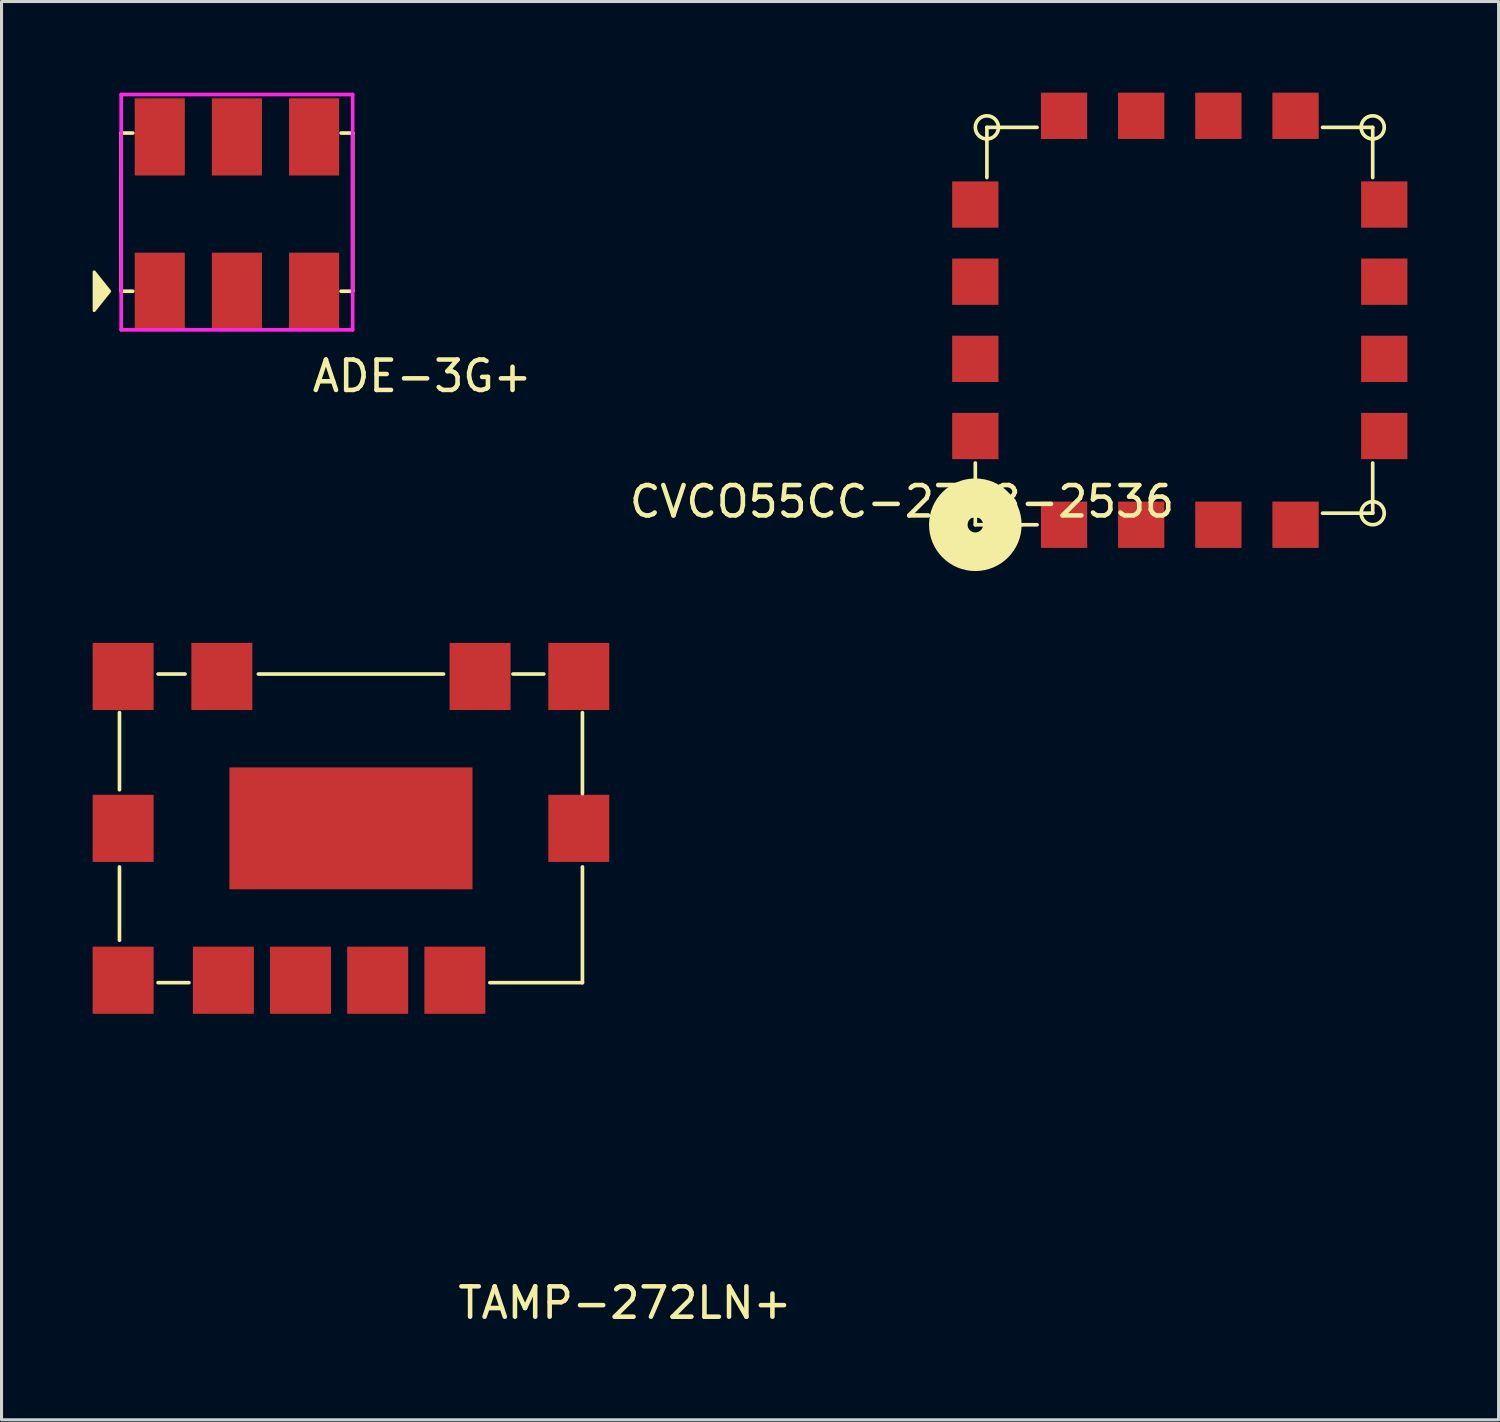
<source format=kicad_pcb>
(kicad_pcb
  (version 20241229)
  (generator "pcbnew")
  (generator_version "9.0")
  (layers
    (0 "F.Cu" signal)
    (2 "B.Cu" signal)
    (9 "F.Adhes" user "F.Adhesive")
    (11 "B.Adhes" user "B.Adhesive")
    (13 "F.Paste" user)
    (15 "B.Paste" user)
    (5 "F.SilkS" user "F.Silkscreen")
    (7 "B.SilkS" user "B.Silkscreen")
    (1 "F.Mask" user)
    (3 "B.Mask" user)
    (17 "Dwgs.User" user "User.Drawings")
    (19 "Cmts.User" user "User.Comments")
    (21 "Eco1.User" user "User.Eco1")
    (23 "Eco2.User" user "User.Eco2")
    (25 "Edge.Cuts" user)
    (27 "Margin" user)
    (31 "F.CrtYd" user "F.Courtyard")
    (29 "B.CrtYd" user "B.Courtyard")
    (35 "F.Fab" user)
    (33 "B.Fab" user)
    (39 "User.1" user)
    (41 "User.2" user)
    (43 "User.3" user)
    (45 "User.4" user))
  (footprint "TAMP-272LN+"
    (layer "F.Cu")
    (at 8.503 24.218)
    (property "Reference" "TAMP-272LN+" (at 9.017 15.621 0) (layer "F.SilkS") (effects (font (size 1 1) (thickness 0.15))))
    (attr through_hole)
    (fp_line (start -7.62 -1.27) (end -7.62 -3.81) (stroke (width 0.12) (type solid)) (layer "F.SilkS"))
    (fp_line (start -7.62 3.683) (end -7.62 1.27) (stroke (width 0.12) (type solid)) (layer "F.SilkS"))
    (fp_line (start -6.35 -5.08) (end -5.461 -5.08) (stroke (width 0.12) (type solid)) (layer "F.SilkS"))
    (fp_line (start -5.334 5.08) (end -6.35 5.08) (stroke (width 0.12) (type solid)) (layer "F.SilkS"))
    (fp_line (start -3.048 -5.08) (end 3.048 -5.08) (stroke (width 0.12) (type solid)) (layer "F.SilkS"))
    (fp_line (start 5.334 -5.08) (end 6.35 -5.08) (stroke (width 0.12) (type solid)) (layer "F.SilkS"))
    (fp_line (start 7.62 -1.143) (end 7.62 -3.81) (stroke (width 0.12) (type solid)) (layer "F.SilkS"))
    (fp_line (start 7.62 1.27) (end 7.62 5.08) (stroke (width 0.12) (type solid)) (layer "F.SilkS"))
    (fp_line (start 7.62 5.08) (end 4.572 5.08) (stroke (width 0.12) (type solid)) (layer "F.SilkS"))
    (pad "1" smd rect (at -7.5 -5) (size 2.007 2.21) (layers "F.Cu" "F.Mask" "F.Paste"))
    (pad "1" smd rect (at -7.5 5) (size 2.007 2.21) (layers "F.Cu" "F.Mask" "F.Paste"))
    (pad "1" smd rect (at -4.25 -5) (size 2.007 2.21) (layers "F.Cu" "F.Mask" "F.Paste"))
    (pad "1" smd rect (at -4.2 5) (size 2.007 2.21) (layers "F.Cu" "F.Mask" "F.Paste"))
    (pad "1" smd rect (at -1.66 5) (size 2.007 2.21) (layers "F.Cu" "F.Mask" "F.Paste"))
    (pad "1" smd rect (at 0 0) (size 8.001 4.013) (layers "F.Cu" "F.Mask" "F.Paste"))
    (pad "1" smd rect (at 0.88 5) (size 2.007 2.21) (layers "F.Cu" "F.Mask" "F.Paste"))
    (pad "1" smd rect (at 3.42 5) (size 2.007 2.21) (layers "F.Cu" "F.Mask" "F.Paste"))
    (pad "1" smd rect (at 7.5 -5) (size 2.007 2.21) (layers "F.Cu" "F.Mask" "F.Paste"))
    (pad "5" smd rect (at 7.5 0) (size 2.007 2.21) (layers "F.Cu" "F.Mask" "F.Paste"))
    (pad "7" smd rect (at 4.25 -5) (size 2.007 2.21) (layers "F.Cu" "F.Mask" "F.Paste"))
    (pad "10" smd rect (at -7.5 0) (size 2.007 2.21) (layers "F.Cu" "F.Mask" "F.Paste")))
  (footprint "ADE-3G+"
    (layer "F.Cu")
    (at 4.749 3.997)
    (property "Reference" "ADE-3G+" (at 6.096 5.334 0) (layer "F.SilkS") (effects (font (size 1 1) (thickness 0.15))))
    (attr through_hole)
    (fp_line (start -3.81 -2.667) (end -3.81 2.54) (stroke (width 0.12) (type solid)) (layer "F.SilkS"))
    (fp_line (start -3.81 -2.667) (end -3.429 -2.667) (stroke (width 0.12) (type solid)) (layer "F.SilkS"))
    (fp_line (start -3.81 2.54) (end -3.429 2.54) (stroke (width 0.12) (type solid)) (layer "F.SilkS"))
    (fp_line (start 3.429 -2.667) (end 3.81 -2.667) (stroke (width 0.12) (type solid)) (layer "F.SilkS"))
    (fp_line (start 3.81 -2.667) (end 3.81 2.54) (stroke (width 0.12) (type solid)) (layer "F.SilkS"))
    (fp_line (start 3.81 2.54) (end 3.429 2.54) (stroke (width 0.12) (type solid)) (layer "F.SilkS"))
    (fp_poly (pts (xy -4.191 2.54) (xy -4.699 3.175) (xy -4.699 1.905)) (stroke (width 0.1) (type solid)) (fill yes) (layer "F.SilkS"))
    (fp_line (start -3.81 -3.937) (end 3.81 -3.937) (stroke (width 0.12) (type solid)) (layer "F.CrtYd"))
    (fp_line (start -3.81 3.81) (end -3.81 -3.937) (stroke (width 0.12) (type solid)) (layer "F.CrtYd"))
    (fp_line (start 3.81 -3.937) (end 3.81 3.81) (stroke (width 0.12) (type solid)) (layer "F.CrtYd"))
    (fp_line (start 3.81 3.81) (end -3.81 3.81) (stroke (width 0.12) (type solid)) (layer "F.CrtYd"))
    (pad "1" smd rect (at -2.54 2.54) (size 1.65 2.54) (layers "F.Cu" "F.Mask" "F.Paste"))
    (pad "1" smd rect (at 0 -2.54) (size 1.65 2.54) (layers "F.Cu" "F.Mask" "F.Paste"))
    (pad "1" smd rect (at 2.54 -2.54) (size 1.65 2.54) (layers "F.Cu" "F.Mask" "F.Paste"))
    (pad "2" smd rect (at 0 2.54) (size 1.65 2.54) (layers "F.Cu" "F.Mask" "F.Paste"))
    (pad "3" smd rect (at 2.54 2.54) (size 1.65 2.54) (layers "F.Cu" "F.Mask" "F.Paste"))
    (pad "6" smd rect (at -2.54 -2.54) (size 1.65 2.54) (layers "F.Cu" "F.Mask" "F.Paste")))
  (footprint "CVCO55CC-2328-2536"
    (layer "F.Cu")
    (at 35.787 7.493)
    (property "Reference" "CVCO55CC-2328-2536" (at -9.144 5.969 0) (layer "F.SilkS") (effects (font (size 1 1) (thickness 0.15))))
    (attr through_hole)
    (fp_line (start -6.731 6.731) (end -6.731 4.699) (stroke (width 0.12) (type solid)) (layer "F.SilkS"))
    (fp_line (start -6.35 -6.35) (end -6.35 -4.699) (stroke (width 0.12) (type solid)) (layer "F.SilkS"))
    (fp_line (start -6.35 -6.35) (end -4.699 -6.35) (stroke (width 0.12) (type solid)) (layer "F.SilkS"))
    (fp_line (start -5.207 6.731) (end -6.731 6.731) (stroke (width 0.12) (type solid)) (layer "F.SilkS"))
    (fp_line (start -5.207 6.731) (end -4.699 6.731) (stroke (width 0.12) (type solid)) (layer "F.SilkS"))
    (fp_line (start 6.35 -6.35) (end 4.699 -6.35) (stroke (width 0.12) (type solid)) (layer "F.SilkS"))
    (fp_line (start 6.35 -4.699) (end 6.35 -6.35) (stroke (width 0.12) (type solid)) (layer "F.SilkS"))
    (fp_line (start 6.35 6.35) (end 4.699 6.35) (stroke (width 0.12) (type solid)) (layer "F.SilkS"))
    (fp_line (start 6.35 6.35) (end 6.35 4.699) (stroke (width 0.12) (type solid)) (layer "F.SilkS"))
    (fp_circle (center -6.731 6.731) (end -6.477 6.731) (stroke (width 1.27) (type solid)) (fill no) (layer "F.SilkS"))
    (fp_circle (center -6.35 -6.35) (end -6.731 -6.35) (stroke (width 0.12) (type solid)) (fill no) (layer "F.SilkS"))
    (fp_circle (center 6.35 -6.35) (end 6.731 -6.35) (stroke (width 0.12) (type solid)) (fill no) (layer "F.SilkS"))
    (fp_circle (center 6.35 6.35) (end 6.731 6.35) (stroke (width 0.12) (type solid)) (fill no) (layer "F.SilkS"))
    (pad "1" smd rect (at -6.731 -3.81) (size 1.524 1.524) (layers "F.Cu" "F.Mask" "F.Paste"))
    (pad "1" smd rect (at -6.731 1.27) (size 1.524 1.524) (layers "F.Cu" "F.Mask" "F.Paste"))
    (pad "1" smd rect (at -6.731 3.81) (size 1.524 1.524) (layers "F.Cu" "F.Mask" "F.Paste"))
    (pad "1" smd rect (at -3.81 -6.731) (size 1.524 1.524) (layers "F.Cu" "F.Mask" "F.Paste"))
    (pad "1" smd rect (at -3.81 6.731) (size 1.524 1.524) (layers "F.Cu" "F.Mask" "F.Paste"))
    (pad "1" smd rect (at -1.27 -6.731) (size 1.524 1.524) (layers "F.Cu" "F.Mask" "F.Paste"))
    (pad "1" smd rect (at 1.27 6.731) (size 1.524 1.524) (layers "F.Cu" "F.Mask" "F.Paste"))
    (pad "1" smd rect (at 3.81 -6.731) (size 1.524 1.524) (layers "F.Cu" "F.Mask" "F.Paste"))
    (pad "1" smd rect (at 3.81 6.731) (size 1.524 1.524) (layers "F.Cu" "F.Mask" "F.Paste"))
    (pad "1" smd rect (at 6.731 -3.81) (size 1.524 1.524) (layers "F.Cu" "F.Mask" "F.Paste"))
    (pad "1" smd rect (at 6.731 -1.27) (size 1.524 1.524) (layers "F.Cu" "F.Mask" "F.Paste"))
    (pad "1" smd rect (at 6.731 1.27) (size 1.524 1.524) (layers "F.Cu" "F.Mask" "F.Paste"))
    (pad "1" smd rect (at 6.731 3.81) (size 1.524 1.524) (layers "F.Cu" "F.Mask" "F.Paste"))
    (pad "2" smd rect (at -1.27 6.731) (size 1.524 1.524) (layers "F.Cu" "F.Mask" "F.Paste"))
    (pad "10" smd rect (at 1.27 -6.731) (size 1.524 1.524) (layers "F.Cu" "F.Mask" "F.Paste"))
    (pad "14" smd rect (at -6.731 -1.27) (size 1.524 1.524) (layers "F.Cu" "F.Mask" "F.Paste")))
  (gr_rect
    (start -3 -3)
    (end 46.28 43.687)
    (stroke (width 0.1) (type default))
    (fill no)
    (layer "Edge.Cuts")))
</source>
